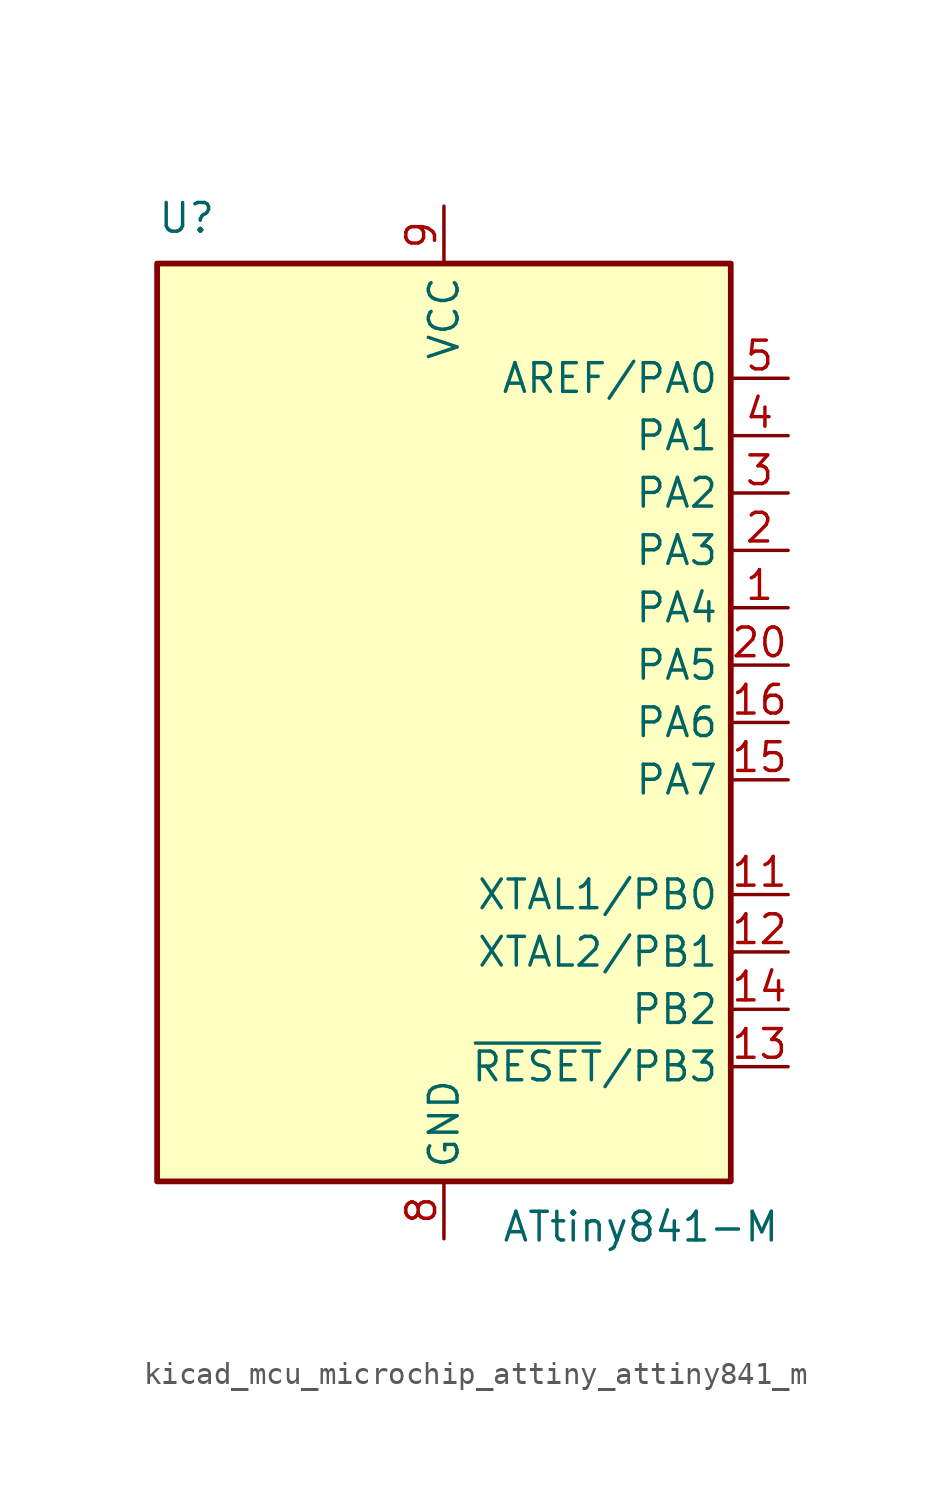
<source format=kicad_sym>
(kicad_symbol_lib
  (version 20220914)
  (generator kicad_symbol_editor)
  (symbol "kicad_mcu_microchip_attiny_attiny841_m"
    (property "Reference" "U"
      (at -12.7 21.59 0)
      (effects (font (size 1.27 1.27)) (justify left bottom)))
    (property "Value" "ATtiny841-M"
      (at 2.54 -21.59 0)
      (effects (font (size 1.27 1.27)) (justify left top)))
    (symbol "kicad_mcu_microchip_attiny_attiny841_m_0_1"
      (rectangle (start -12.7 -20.32) (end 12.7 20.32) (stroke (width 0.254) (type default)) (fill (type background))))
    (symbol "kicad_mcu_microchip_attiny_attiny841_m_1_1"
      (pin bidirectional line (at 15.24 5.08 180) (length 2.54) (name "PA4" (effects (font (size 1.27 1.27)))) (number "1" (effects (font (size 1.27 1.27)))))
      (pin no_connect line (at -12.7 -10.16 0) (length 2.54) hide (name "NC" (effects (font (size 1.27 1.27)))) (number "10" (effects (font (size 1.27 1.27)))))
      (pin bidirectional line (at 15.24 -7.62 180) (length 2.54) (name "XTAL1/PB0" (effects (font (size 1.27 1.27)))) (number "11" (effects (font (size 1.27 1.27)))))
      (pin bidirectional line (at 15.24 -10.16 180) (length 2.54) (name "XTAL2/PB1" (effects (font (size 1.27 1.27)))) (number "12" (effects (font (size 1.27 1.27)))))
      (pin bidirectional line (at 15.24 -15.24 180) (length 2.54) (name "~{RESET}/PB3" (effects (font (size 1.27 1.27)))) (number "13" (effects (font (size 1.27 1.27)))))
      (pin bidirectional line (at 15.24 -12.7 180) (length 2.54) (name "PB2" (effects (font (size 1.27 1.27)))) (number "14" (effects (font (size 1.27 1.27)))))
      (pin bidirectional line (at 15.24 -2.54 180) (length 2.54) (name "PA7" (effects (font (size 1.27 1.27)))) (number "15" (effects (font (size 1.27 1.27)))))
      (pin bidirectional line (at 15.24 0 180) (length 2.54) (name "PA6" (effects (font (size 1.27 1.27)))) (number "16" (effects (font (size 1.27 1.27)))))
      (pin no_connect line (at -12.7 -12.7 0) (length 2.54) hide (name "NC" (effects (font (size 1.27 1.27)))) (number "17" (effects (font (size 1.27 1.27)))))
      (pin no_connect line (at -12.7 -15.24 0) (length 2.54) hide (name "NC" (effects (font (size 1.27 1.27)))) (number "18" (effects (font (size 1.27 1.27)))))
      (pin no_connect line (at -12.7 -17.78 0) (length 2.54) hide (name "NC" (effects (font (size 1.27 1.27)))) (number "19" (effects (font (size 1.27 1.27)))))
      (pin bidirectional line (at 15.24 7.62 180) (length 2.54) (name "PA3" (effects (font (size 1.27 1.27)))) (number "2" (effects (font (size 1.27 1.27)))))
      (pin bidirectional line (at 15.24 2.54 180) (length 2.54) (name "PA5" (effects (font (size 1.27 1.27)))) (number "20" (effects (font (size 1.27 1.27)))))
      (pin passive line (at 0 -22.86 90) (length 2.54) hide (name "GND" (effects (font (size 1.27 1.27)))) (number "21" (effects (font (size 1.27 1.27)))))
      (pin bidirectional line (at 15.24 10.16 180) (length 2.54) (name "PA2" (effects (font (size 1.27 1.27)))) (number "3" (effects (font (size 1.27 1.27)))))
      (pin bidirectional line (at 15.24 12.7 180) (length 2.54) (name "PA1" (effects (font (size 1.27 1.27)))) (number "4" (effects (font (size 1.27 1.27)))))
      (pin bidirectional line (at 15.24 15.24 180) (length 2.54) (name "AREF/PA0" (effects (font (size 1.27 1.27)))) (number "5" (effects (font (size 1.27 1.27)))))
      (pin no_connect line (at -12.7 -5.08 0) (length 2.54) hide (name "NC" (effects (font (size 1.27 1.27)))) (number "6" (effects (font (size 1.27 1.27)))))
      (pin no_connect line (at -12.7 -7.62 0) (length 2.54) hide (name "NC" (effects (font (size 1.27 1.27)))) (number "7" (effects (font (size 1.27 1.27)))))
      (pin power_in line (at 0 -22.86 90) (length 2.54) (name "GND" (effects (font (size 1.27 1.27)))) (number "8" (effects (font (size 1.27 1.27)))))
      (pin power_in line (at 0 22.86 270) (length 2.54) (name "VCC" (effects (font (size 1.27 1.27)))) (number "9" (effects (font (size 1.27 1.27))))))))
</source>
